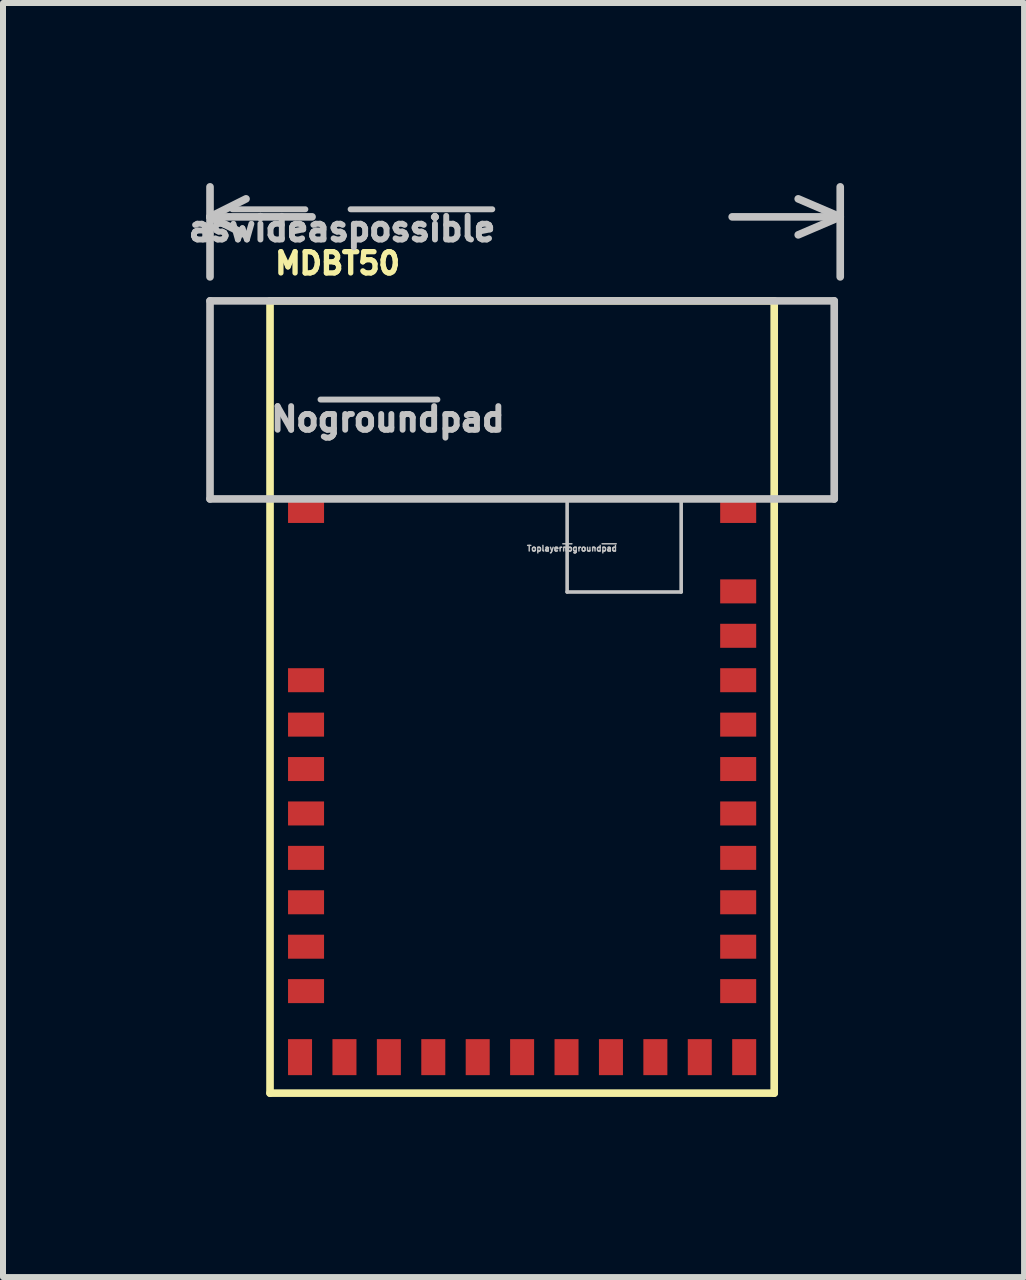
<source format=kicad_pcb>
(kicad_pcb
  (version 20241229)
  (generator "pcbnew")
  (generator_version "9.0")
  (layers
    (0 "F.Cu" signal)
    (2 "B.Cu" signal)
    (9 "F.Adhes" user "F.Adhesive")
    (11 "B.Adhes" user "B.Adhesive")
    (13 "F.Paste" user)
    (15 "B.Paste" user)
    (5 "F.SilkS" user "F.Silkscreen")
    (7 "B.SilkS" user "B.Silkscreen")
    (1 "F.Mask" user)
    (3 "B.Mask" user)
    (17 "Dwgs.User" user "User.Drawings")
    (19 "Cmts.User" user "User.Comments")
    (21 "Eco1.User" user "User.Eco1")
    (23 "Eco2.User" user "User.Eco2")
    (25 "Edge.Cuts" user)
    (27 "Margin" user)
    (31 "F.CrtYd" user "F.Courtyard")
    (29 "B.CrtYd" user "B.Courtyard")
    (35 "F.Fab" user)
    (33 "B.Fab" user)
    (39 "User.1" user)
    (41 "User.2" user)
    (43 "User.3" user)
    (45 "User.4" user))
  (footprint "MDBT50"
    (layer "F.Cu")
    (at 5.649 8.563)
    (property "Reference" "MDBT50" (at -3.075 -7.225 0) (layer "F.SilkS") (effects (font (size 0.354 0.354) (thickness 0.15))))
    (attr through_hole)
    (fp_line (start -4.2 -6.6) (end 4.2 -6.6) (stroke (width 0.127) (type solid)) (layer "F.SilkS"))
    (fp_line (start -4.2 6.6) (end -4.2 -6.6) (stroke (width 0.127) (type solid)) (layer "F.SilkS"))
    (fp_line (start 4.2 -6.6) (end 4.2 6.6) (stroke (width 0.127) (type solid)) (layer "F.SilkS"))
    (fp_line (start 4.2 6.6) (end -4.2 6.6) (stroke (width 0.127) (type solid)) (layer "F.SilkS"))
    (fp_line (start -5.2 -8) (end -5.2 -8.5) (stroke (width 0.127) (type solid)) (layer "Dwgs.User"))
    (fp_line (start -5.2 -8) (end -4.6 -8.3) (stroke (width 0.127) (type solid)) (layer "Dwgs.User"))
    (fp_line (start -5.2 -8) (end -4.6 -7.7) (stroke (width 0.127) (type solid)) (layer "Dwgs.User"))
    (fp_line (start -5.2 -8) (end -3.5 -8) (stroke (width 0.127) (type solid)) (layer "Dwgs.User"))
    (fp_line (start -5.2 -7) (end -5.2 -8) (stroke (width 0.127) (type solid)) (layer "Dwgs.User"))
    (fp_line (start -5.2 -6.6) (end -5.2 -3.3) (stroke (width 0.127) (type solid)) (layer "Dwgs.User"))
    (fp_line (start -5.2 -6.6) (end 5.2 -6.6) (stroke (width 0.127) (type solid)) (layer "Dwgs.User"))
    (fp_line (start -5.2 -3.3) (end 5.2 -3.3) (stroke (width 0.127) (type solid)) (layer "Dwgs.User"))
    (fp_line (start 0.75 -3.3) (end 0.75 -1.75) (stroke (width 0.06) (type solid)) (layer "Dwgs.User"))
    (fp_line (start 0.75 -3.3) (end 2.65 -3.3) (stroke (width 0.06) (type solid)) (layer "Dwgs.User"))
    (fp_line (start 0.75 -1.75) (end 2.65 -1.75) (stroke (width 0.06) (type solid)) (layer "Dwgs.User"))
    (fp_line (start 2.65 -1.75) (end 2.65 -3.3) (stroke (width 0.06) (type solid)) (layer "Dwgs.User"))
    (fp_line (start 5.2 -6.6) (end 5.2 -3.3) (stroke (width 0.127) (type solid)) (layer "Dwgs.User"))
    (fp_line (start 5.3 -8.5) (end 5.3 -8) (stroke (width 0.127) (type solid)) (layer "Dwgs.User"))
    (fp_line (start 5.3 -8) (end 3.5 -8) (stroke (width 0.127) (type solid)) (layer "Dwgs.User"))
    (fp_line (start 5.3 -8) (end 4.6 -8.3) (stroke (width 0.127) (type solid)) (layer "Dwgs.User"))
    (fp_line (start 5.3 -8) (end 4.6 -7.7) (stroke (width 0.127) (type solid)) (layer "Dwgs.User"))
    (fp_line (start 5.3 -8) (end 5.3 -7) (stroke (width 0.127) (type solid)) (layer "Dwgs.User"))
    (fp_text user "Toplayer~{no}ground~{pad}" (at 0.83 -2.475 0) (layer "Dwgs.User") (effects (font (size 0.094 0.094) (thickness 0.15))))
    (fp_text user "as~{wide}as~{possible}" (at -3 -7.8 0) (layer "Dwgs.User") (effects (font (size 0.394 0.394) (thickness 0.15))))
    (fp_text user "No~{ground}pad" (at -2.235 -4.63 0) (layer "Dwgs.User") (effects (font (size 0.394 0.394) (thickness 0.15))))
    (pad "1" smd rect (at -3.6 -3.1) (size 0.6 0.4) (layers "F.Cu" "F.Mask" "F.Paste"))
    (pad "2" smd rect (at -3.6 -0.28) (size 0.6 0.4) (layers "F.Cu" "F.Mask" "F.Paste"))
    (pad "3" smd rect (at -3.6 0.46) (size 0.6 0.4) (layers "F.Cu" "F.Mask" "F.Paste"))
    (pad "4" smd rect (at -3.6 1.2) (size 0.6 0.4) (layers "F.Cu" "F.Mask" "F.Paste"))
    (pad "5" smd rect (at -3.6 1.94) (size 0.6 0.4) (layers "F.Cu" "F.Mask" "F.Paste"))
    (pad "6" smd rect (at -3.6 2.68) (size 0.6 0.4) (layers "F.Cu" "F.Mask" "F.Paste"))
    (pad "7" smd rect (at -3.6 3.42) (size 0.6 0.4) (layers "F.Cu" "F.Mask" "F.Paste"))
    (pad "8" smd rect (at -3.6 4.16) (size 0.6 0.4) (layers "F.Cu" "F.Mask" "F.Paste"))
    (pad "9" smd rect (at -3.6 4.9) (size 0.6 0.4) (layers "F.Cu" "F.Mask" "F.Paste"))
    (pad "10" smd rect (at -3.7 6 90) (size 0.6 0.4) (layers "F.Cu" "F.Mask" "F.Paste"))
    (pad "11" smd rect (at -2.96 6 90) (size 0.6 0.4) (layers "F.Cu" "F.Mask" "F.Paste"))
    (pad "12" smd rect (at -2.22 6 90) (size 0.6 0.4) (layers "F.Cu" "F.Mask" "F.Paste"))
    (pad "13" smd rect (at -1.48 6 270) (size 0.6 0.4) (layers "F.Cu" "F.Mask" "F.Paste"))
    (pad "14" smd rect (at -0.74 6 90) (size 0.6 0.4) (layers "F.Cu" "F.Mask" "F.Paste"))
    (pad "15" smd rect (at 0 6 90) (size 0.6 0.4) (layers "F.Cu" "F.Mask" "F.Paste"))
    (pad "16" smd rect (at 0.74 6 90) (size 0.6 0.4) (layers "F.Cu" "F.Mask" "F.Paste"))
    (pad "17" smd rect (at 1.48 6 90) (size 0.6 0.4) (layers "F.Cu" "F.Mask" "F.Paste"))
    (pad "18" smd rect (at 2.22 6 90) (size 0.6 0.4) (layers "F.Cu" "F.Mask" "F.Paste"))
    (pad "19" smd rect (at 2.96 6 90) (size 0.6 0.4) (layers "F.Cu" "F.Mask" "F.Paste"))
    (pad "20" smd rect (at 3.7 6 90) (size 0.6 0.4) (layers "F.Cu" "F.Mask" "F.Paste"))
    (pad "21" smd rect (at 3.6 4.9 180) (size 0.6 0.4) (layers "F.Cu" "F.Mask" "F.Paste"))
    (pad "22" smd rect (at 3.6 4.16 180) (size 0.6 0.4) (layers "F.Cu" "F.Mask" "F.Paste"))
    (pad "23" smd rect (at 3.6 3.42 180) (size 0.6 0.4) (layers "F.Cu" "F.Mask" "F.Paste"))
    (pad "24" smd rect (at 3.6 2.68 180) (size 0.6 0.4) (layers "F.Cu" "F.Mask" "F.Paste"))
    (pad "25" smd rect (at 3.6 1.94 180) (size 0.6 0.4) (layers "F.Cu" "F.Mask" "F.Paste"))
    (pad "26" smd rect (at 3.6 1.2 180) (size 0.6 0.4) (layers "F.Cu" "F.Mask" "F.Paste"))
    (pad "27" smd rect (at 3.6 0.46 180) (size 0.6 0.4) (layers "F.Cu" "F.Mask" "F.Paste"))
    (pad "28" smd rect (at 3.6 -0.28 180) (size 0.6 0.4) (layers "F.Cu" "F.Mask" "F.Paste"))
    (pad "29" smd rect (at 3.6 -1.02 180) (size 0.6 0.4) (layers "F.Cu" "F.Mask" "F.Paste"))
    (pad "30" smd rect (at 3.6 -1.76 180) (size 0.6 0.4) (layers "F.Cu" "F.Mask" "F.Paste"))
    (pad "31" smd rect (at 3.6 -3.1 180) (size 0.6 0.4) (layers "F.Cu" "F.Mask" "F.Paste")))
  (gr_rect
    (start -3 -3)
    (end 14.012 18.227)
    (stroke (width 0.1) (type default))
    (fill no)
    (layer "Edge.Cuts")))
</source>
